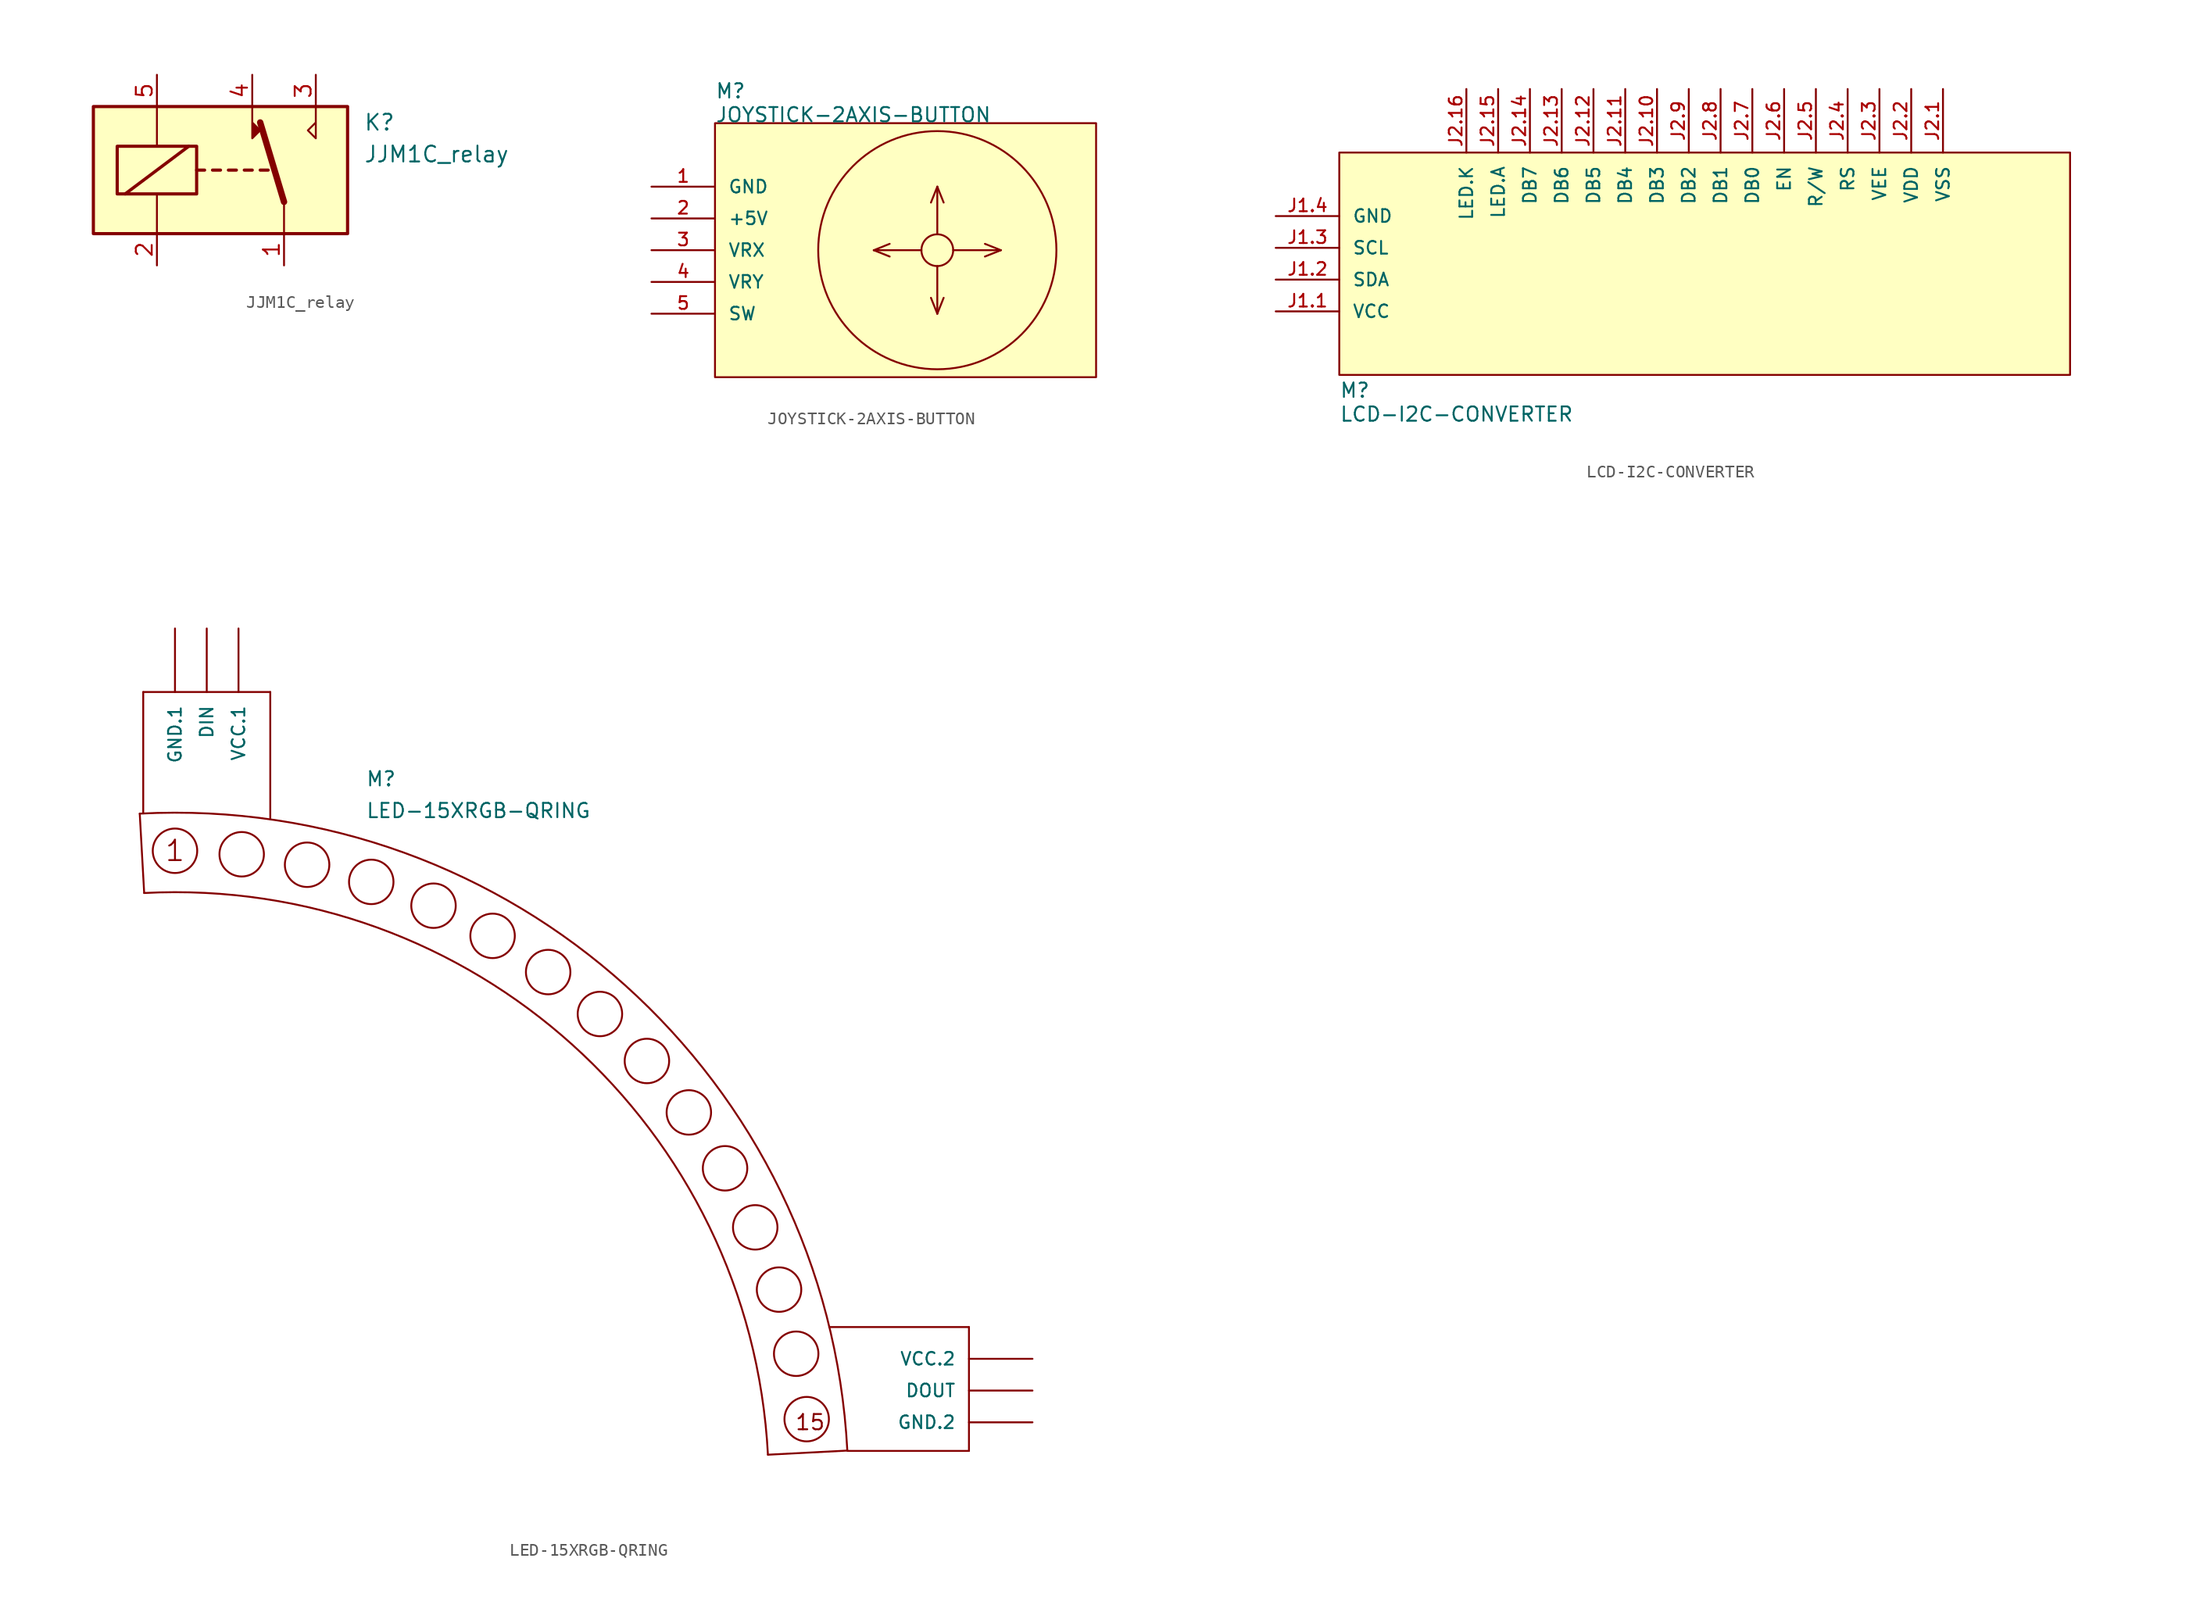
<source format=kicad_sym>
(kicad_symbol_lib
  (version 20211014)
  (generator kicad_symbol_editor)
  (symbol "JJM1C_relay"
    (property "Reference" "K"
      (at 11.43 3.81 0)
      (effects (font (size 1.27 1.27)) (justify left)))
    (property "Value" "JJM1C_relay"
      (at 11.43 1.27 0)
      (effects (font (size 1.27 1.27)) (justify left)))
    (symbol "JJM1C_relay_0_0"
      (polyline (pts (xy 7.62 5.08) (xy 7.62 2.54) (xy 6.985 3.175) (xy 7.62 3.81)) (stroke (width 0) (type default) (color 0 0 0 0)) (fill (type none))))
    (symbol "JJM1C_relay_0_1"
      (rectangle (start -10.16 5.08) (end 10.16 -5.08) (stroke (width 0.254) (type default) (color 0 0 0 0)) (fill (type background)))
      (rectangle (start -8.255 1.905) (end -1.905 -1.905) (stroke (width 0.254) (type default) (color 0 0 0 0)) (fill (type none)))
      (polyline (pts (xy -7.62 -1.905) (xy -2.54 1.905)) (stroke (width 0.254) (type default) (color 0 0 0 0)) (fill (type none)))
      (polyline (pts (xy -5.08 -5.08) (xy -5.08 -1.905)) (stroke (width 0) (type default) (color 0 0 0 0)) (fill (type none)))
      (polyline (pts (xy -5.08 5.08) (xy -5.08 1.905)) (stroke (width 0) (type default) (color 0 0 0 0)) (fill (type none)))
      (polyline (pts (xy -1.905 0) (xy -1.27 0)) (stroke (width 0.254) (type default) (color 0 0 0 0)) (fill (type none)))
      (polyline (pts (xy -0.635 0) (xy 0 0)) (stroke (width 0.254) (type default) (color 0 0 0 0)) (fill (type none)))
      (polyline (pts (xy 0.635 0) (xy 1.27 0)) (stroke (width 0.254) (type default) (color 0 0 0 0)) (fill (type none)))
      (polyline (pts (xy 1.905 0) (xy 2.54 0)) (stroke (width 0.254) (type default) (color 0 0 0 0)) (fill (type none)))
      (polyline (pts (xy 3.175 0) (xy 3.81 0)) (stroke (width 0.254) (type default) (color 0 0 0 0)) (fill (type none)))
      (polyline (pts (xy 5.08 -2.54) (xy 3.175 3.81)) (stroke (width 0.508) (type default) (color 0 0 0 0)) (fill (type none)))
      (polyline (pts (xy 5.08 -2.54) (xy 5.08 -5.08)) (stroke (width 0) (type default) (color 0 0 0 0)) (fill (type none))))
    (symbol "JJM1C_relay_1_1"
      (polyline (pts (xy 2.54 3.81) (xy 3.175 3.175) (xy 2.54 2.54) (xy 2.54 5.08)) (stroke (width 0) (type default) (color 0 0 0 0)) (fill (type outline)))
      (pin passive line (at 5.08 -7.62 90) (length 2.54) (name "~" (effects (font (size 1.27 1.27)))) (number "1" (effects (font (size 1.27 1.27)))))
      (pin passive line (at -5.08 -7.62 90) (length 2.54) (name "~" (effects (font (size 1.27 1.27)))) (number "2" (effects (font (size 1.27 1.27)))))
      (pin passive line (at 7.62 7.62 270) (length 2.54) (name "~" (effects (font (size 1.27 1.27)))) (number "3" (effects (font (size 1.27 1.27)))))
      (pin passive line (at 2.54 7.62 270) (length 2.54) (name "~" (effects (font (size 1.27 1.27)))) (number "4" (effects (font (size 1.27 1.27)))))
      (pin passive line (at -5.08 7.62 270) (length 2.54) (name "~" (effects (font (size 1.27 1.27)))) (number "5" (effects (font (size 1.27 1.27)))))))
  (symbol "JOYSTICK-2AXIS-BUTTON"
    (pin_names
      (offset 1.016))
    (property "Reference" "M"
      (at -5.715 12.065 0)
      (effects (font (size 1.143 1.143)) (justify left bottom)))
    (property "Value" "JOYSTICK-2AXIS-BUTTON"
      (at -5.715 10.16 0)
      (effects (font (size 1.143 1.143)) (justify left bottom)))
    (property "ki_locked" ""
      (at 0 0 0)
      (effects (font (size 1.27 1.27))))
    (symbol "JOYSTICK-2AXIS-BUTTON_1_0"
      (rectangle (start -5.715 10.16) (end 24.765 -10.16) (stroke (width 0) (type default) (color 0 0 0 0)) (fill (type background)))
      (polyline (pts (xy 6.985 0) (xy 8.255 -0.508)) (stroke (width 0) (type default) (color 0 0 0 0)) (fill (type none)))
      (polyline (pts (xy 6.985 0) (xy 8.255 0.508)) (stroke (width 0) (type default) (color 0 0 0 0)) (fill (type none)))
      (polyline (pts (xy 10.795 0) (xy 6.985 0)) (stroke (width 0) (type default) (color 0 0 0 0)) (fill (type none)))
      (polyline (pts (xy 12.065 -5.08) (xy 11.557 -3.81)) (stroke (width 0) (type default) (color 0 0 0 0)) (fill (type none)))
      (polyline (pts (xy 12.065 -5.08) (xy 12.573 -3.81)) (stroke (width 0) (type default) (color 0 0 0 0)) (fill (type none)))
      (polyline (pts (xy 12.065 -1.27) (xy 12.065 -5.08)) (stroke (width 0) (type default) (color 0 0 0 0)) (fill (type none)))
      (polyline (pts (xy 12.065 1.27) (xy 12.065 5.08)) (stroke (width 0) (type default) (color 0 0 0 0)) (fill (type none)))
      (polyline (pts (xy 12.065 5.08) (xy 11.557 3.81)) (stroke (width 0) (type default) (color 0 0 0 0)) (fill (type none)))
      (polyline (pts (xy 12.065 5.08) (xy 12.573 3.81)) (stroke (width 0) (type default) (color 0 0 0 0)) (fill (type none)))
      (polyline (pts (xy 13.335 0) (xy 17.145 0)) (stroke (width 0) (type default) (color 0 0 0 0)) (fill (type none)))
      (polyline (pts (xy 17.145 0) (xy 15.875 -0.508)) (stroke (width 0) (type default) (color 0 0 0 0)) (fill (type none)))
      (polyline (pts (xy 17.145 0) (xy 15.875 0.508)) (stroke (width 0) (type default) (color 0 0 0 0)) (fill (type none))))
    (symbol "JOYSTICK-2AXIS-BUTTON_1_1"
      (circle (center 12.065 0) (radius 1.27) (stroke (width 0) (type default) (color 0 0 0 0)) (fill (type none)))
      (circle (center 12.065 0) (radius 9.525) (stroke (width 0) (type default) (color 0 0 0 0)) (fill (type none)))
      (pin power_in line (at -10.795 5.08 0) (length 5.08) (name "GND" (effects (font (size 1.016 1.016)))) (number "1" (effects (font (size 1.016 1.016)))))
      (pin power_in line (at -10.795 2.54 0) (length 5.08) (name "+5V" (effects (font (size 1.016 1.016)))) (number "2" (effects (font (size 1.016 1.016)))))
      (pin passive line (at -10.795 0 0) (length 5.08) (name "VRX" (effects (font (size 1.016 1.016)))) (number "3" (effects (font (size 1.016 1.016)))))
      (pin passive line (at -10.795 -2.54 0) (length 5.08) (name "VRY" (effects (font (size 1.016 1.016)))) (number "4" (effects (font (size 1.016 1.016)))))
      (pin passive line (at -10.795 -5.08 0) (length 5.08) (name "SW" (effects (font (size 1.016 1.016)))) (number "5" (effects (font (size 1.016 1.016)))))))
  (symbol "LCD-I2C-CONVERTER"
    (pin_names
      (offset 1.016))
    (property "Reference" "M"
      (at -23.495 -10.795 0)
      (effects (font (size 1.143 1.143)) (justify left bottom)))
    (property "Value" "LCD-I2C-CONVERTER"
      (at -23.495 -12.7 0)
      (effects (font (size 1.143 1.143)) (justify left bottom)))
    (property "ki_locked" ""
      (at 0 0 0)
      (effects (font (size 1.27 1.27))))
    (symbol "LCD-I2C-CONVERTER_1_0"
      (rectangle (start 34.925 -8.89) (end -23.495 8.89) (stroke (width 0) (type default) (color 0 0 0 0)) (fill (type background))))
    (symbol "LCD-I2C-CONVERTER_1_1"
      (pin power_in line (at -28.575 -3.81 0) (length 5.08) (name "VCC" (effects (font (size 1.016 1.016)))) (number "J1.1" (effects (font (size 1.016 1.016)))))
      (pin bidirectional line (at -28.575 -1.27 0) (length 5.08) (name "SDA" (effects (font (size 1.016 1.016)))) (number "J1.2" (effects (font (size 1.016 1.016)))))
      (pin bidirectional line (at -28.575 1.27 0) (length 5.08) (name "SCL" (effects (font (size 1.016 1.016)))) (number "J1.3" (effects (font (size 1.016 1.016)))))
      (pin power_in line (at -28.575 3.81 0) (length 5.08) (name "GND" (effects (font (size 1.016 1.016)))) (number "J1.4" (effects (font (size 1.016 1.016)))))
      (pin bidirectional line (at 24.765 13.97 270) (length 5.08) (name "VSS" (effects (font (size 1.016 1.016)))) (number "J2.1" (effects (font (size 1.016 1.016)))))
      (pin bidirectional line (at 1.905 13.97 270) (length 5.08) (name "DB3" (effects (font (size 1.016 1.016)))) (number "J2.10" (effects (font (size 1.016 1.016)))))
      (pin bidirectional line (at -0.635 13.97 270) (length 5.08) (name "DB4" (effects (font (size 1.016 1.016)))) (number "J2.11" (effects (font (size 1.016 1.016)))))
      (pin bidirectional line (at -3.175 13.97 270) (length 5.08) (name "DB5" (effects (font (size 1.016 1.016)))) (number "J2.12" (effects (font (size 1.016 1.016)))))
      (pin bidirectional line (at -5.715 13.97 270) (length 5.08) (name "DB6" (effects (font (size 1.016 1.016)))) (number "J2.13" (effects (font (size 1.016 1.016)))))
      (pin bidirectional line (at -8.255 13.97 270) (length 5.08) (name "DB7" (effects (font (size 1.016 1.016)))) (number "J2.14" (effects (font (size 1.016 1.016)))))
      (pin bidirectional line (at -10.795 13.97 270) (length 5.08) (name "LED.A" (effects (font (size 1.016 1.016)))) (number "J2.15" (effects (font (size 1.016 1.016)))))
      (pin bidirectional line (at -13.335 13.97 270) (length 5.08) (name "LED.K" (effects (font (size 1.016 1.016)))) (number "J2.16" (effects (font (size 1.016 1.016)))))
      (pin bidirectional line (at 22.225 13.97 270) (length 5.08) (name "VDD" (effects (font (size 1.016 1.016)))) (number "J2.2" (effects (font (size 1.016 1.016)))))
      (pin bidirectional line (at 19.685 13.97 270) (length 5.08) (name "VEE" (effects (font (size 1.016 1.016)))) (number "J2.3" (effects (font (size 1.016 1.016)))))
      (pin bidirectional line (at 17.145 13.97 270) (length 5.08) (name "RS" (effects (font (size 1.016 1.016)))) (number "J2.4" (effects (font (size 1.016 1.016)))))
      (pin bidirectional line (at 14.605 13.97 270) (length 5.08) (name "R/W" (effects (font (size 1.016 1.016)))) (number "J2.5" (effects (font (size 1.016 1.016)))))
      (pin bidirectional line (at 12.065 13.97 270) (length 5.08) (name "EN" (effects (font (size 1.016 1.016)))) (number "J2.6" (effects (font (size 1.016 1.016)))))
      (pin bidirectional line (at 9.525 13.97 270) (length 5.08) (name "DB0" (effects (font (size 1.016 1.016)))) (number "J2.7" (effects (font (size 1.016 1.016)))))
      (pin bidirectional line (at 6.985 13.97 270) (length 5.08) (name "DB1" (effects (font (size 1.016 1.016)))) (number "J2.8" (effects (font (size 1.016 1.016)))))
      (pin bidirectional line (at 4.445 13.97 270) (length 5.08) (name "DB2" (effects (font (size 1.016 1.016)))) (number "J2.9" (effects (font (size 1.016 1.016)))))))
  (symbol "LED-15XRGB-QRING"
    (pin_numbers hide)
    (pin_names
      (offset 1.016))
    (property "Reference" "M"
      (at -12.7 25.4 0)
      (effects (font (size 1.143 1.143)) (justify left bottom)))
    (property "Value" "LED-15XRGB-QRING"
      (at -12.7 22.86 0)
      (effects (font (size 1.143 1.143)) (justify left bottom)))
    (property "ki_locked" ""
      (at 0 0 0)
      (effects (font (size 1.27 1.27))))
    (symbol "LED-15XRGB-QRING_1_0"
      (polyline (pts (xy -30.759 23.292) (xy -30.404 16.942)) (stroke (width 0) (type default) (color 0 0 0 0)) (fill (type none)))
      (polyline (pts (xy -30.48 23.317) (xy -30.48 33.02)) (stroke (width 0) (type default) (color 0 0 0 0)) (fill (type none)))
      (polyline (pts (xy -30.48 33.02) (xy -20.32 33.02)) (stroke (width 0) (type default) (color 0 0 0 0)) (fill (type none)))
      (polyline (pts (xy -20.32 33.02) (xy -20.32 22.86)) (stroke (width 0) (type default) (color 0 0 0 0)) (fill (type none)))
      (polyline (pts (xy 19.482 -27.991) (xy 25.832 -27.661)) (stroke (width 0) (type default) (color 0 0 0 0)) (fill (type none)))
      (polyline (pts (xy 25.857 -27.686) (xy 35.56 -27.686)) (stroke (width 0) (type default) (color 0 0 0 0)) (fill (type none)))
      (polyline (pts (xy 35.56 -27.686) (xy 35.56 -17.78)) (stroke (width 0) (type default) (color 0 0 0 0)) (fill (type none)))
      (polyline (pts (xy 35.56 -17.78) (xy 24.384 -17.78)) (stroke (width 0) (type default) (color 0 0 0 0)) (fill (type none)))
      (text "1" (at -27.94 20.32 0) (effects (font (size 1.626 1.626))))
      (text "15" (at 22.86 -25.4 0) (effects (font (size 1.219 1.219)))))
    (symbol "LED-15XRGB-QRING_1_1"
      (circle (center -27.94 20.32) (radius 1.778) (stroke (width 0) (type default) (color 0 0 0 0)) (fill (type none)))
      (circle (center -22.606 20.041) (radius 1.778) (stroke (width 0) (type default) (color 0 0 0 0)) (fill (type none)))
      (circle (center -17.374 19.202) (radius 1.778) (stroke (width 0) (type default) (color 0 0 0 0)) (fill (type none)))
      (circle (center -12.243 17.831) (radius 1.778) (stroke (width 0) (type default) (color 0 0 0 0)) (fill (type none)))
      (circle (center -7.264 15.926) (radius 1.778) (stroke (width 0) (type default) (color 0 0 0 0)) (fill (type none)))
      (circle (center -2.54 13.513) (radius 1.778) (stroke (width 0) (type default) (color 0 0 0 0)) (fill (type none)))
      (circle (center 1.905 10.617) (radius 1.778) (stroke (width 0) (type default) (color 0 0 0 0)) (fill (type none)))
      (circle (center 6.045 7.264) (radius 1.778) (stroke (width 0) (type default) (color 0 0 0 0)) (fill (type none)))
      (circle (center 9.804 3.505) (radius 1.778) (stroke (width 0) (type default) (color 0 0 0 0)) (fill (type none)))
      (circle (center 13.157 -0.61) (radius 1.778) (stroke (width 0) (type default) (color 0 0 0 0)) (fill (type none)))
      (circle (center 16.053 -5.08) (radius 1.778) (stroke (width 0) (type default) (color 0 0 0 0)) (fill (type none)))
      (circle (center 18.466 -9.804) (radius 1.778) (stroke (width 0) (type default) (color 0 0 0 0)) (fill (type none)))
      (arc (start 19.4818 -27.9908) (mid 3.8416 4.8039) (end -30.4038 16.9418) (stroke (width 0) (type default) (color 0 0 0 0)) (fill (type none)))
      (circle (center 20.371 -14.783) (radius 1.778) (stroke (width 0) (type default) (color 0 0 0 0)) (fill (type none)))
      (circle (center 21.742 -19.914) (radius 1.778) (stroke (width 0) (type default) (color 0 0 0 0)) (fill (type none)))
      (circle (center 22.581 -25.146) (radius 1.778) (stroke (width 0) (type default) (color 0 0 0 0)) (fill (type none)))
      (arc (start 25.8318 -27.6606) (mid 8.0888 9.536) (end -30.7594 23.2918) (stroke (width 0) (type default) (color 0 0 0 0)) (fill (type none)))
      (pin power_in line (at -27.94 38.1 270) (length 5.08) (name "GND.1" (effects (font (size 1.016 1.016)))) (number "1" (effects (font (size 1.016 1.016)))))
      (pin input line (at -25.4 38.1 270) (length 5.08) (name "DIN" (effects (font (size 1.016 1.016)))) (number "2" (effects (font (size 1.016 1.016)))))
      (pin power_in line (at -22.86 38.1 270) (length 5.08) (name "VCC.1" (effects (font (size 1.016 1.016)))) (number "3" (effects (font (size 1.016 1.016)))))
      (pin power_in line (at 40.64 -25.4 180) (length 5.08) (name "GND.2" (effects (font (size 1.016 1.016)))) (number "4" (effects (font (size 1.016 1.016)))))
      (pin output line (at 40.64 -22.86 180) (length 5.08) (name "DOUT" (effects (font (size 1.016 1.016)))) (number "5" (effects (font (size 1.016 1.016)))))
      (pin power_in line (at 40.64 -20.32 180) (length 5.08) (name "VCC.2" (effects (font (size 1.016 1.016)))) (number "6" (effects (font (size 1.016 1.016))))))))
</source>
